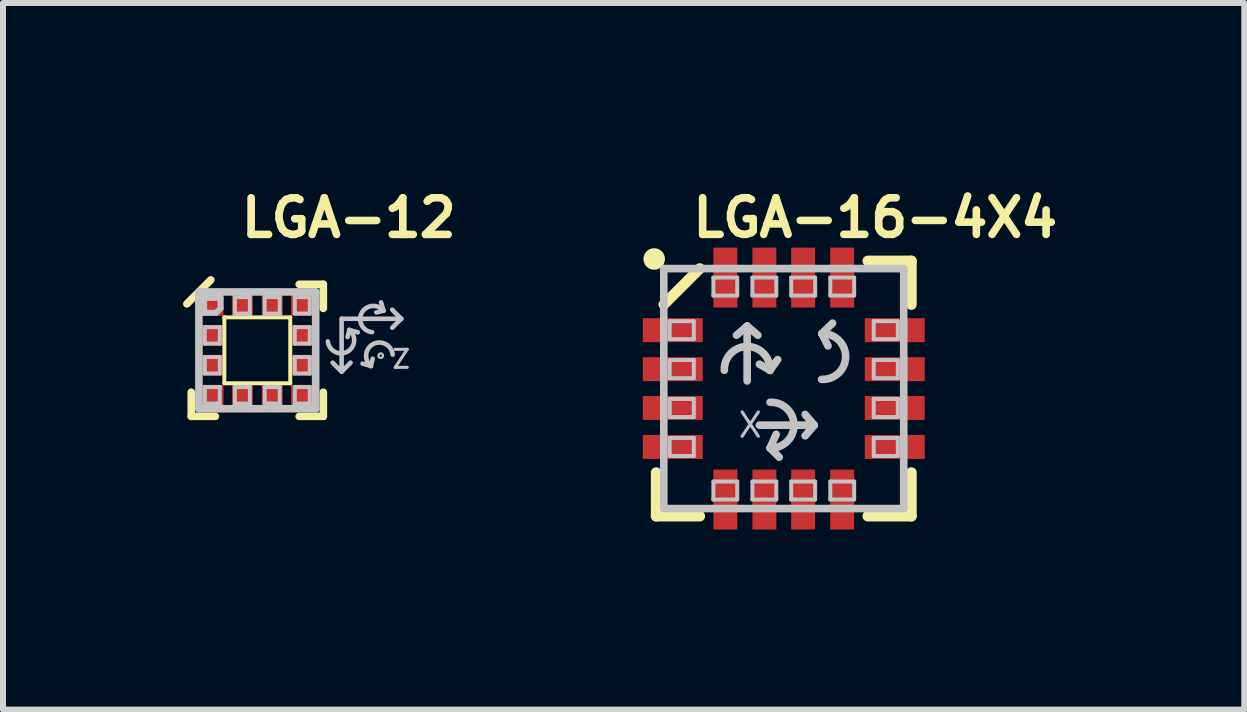
<source format=kicad_pcb>
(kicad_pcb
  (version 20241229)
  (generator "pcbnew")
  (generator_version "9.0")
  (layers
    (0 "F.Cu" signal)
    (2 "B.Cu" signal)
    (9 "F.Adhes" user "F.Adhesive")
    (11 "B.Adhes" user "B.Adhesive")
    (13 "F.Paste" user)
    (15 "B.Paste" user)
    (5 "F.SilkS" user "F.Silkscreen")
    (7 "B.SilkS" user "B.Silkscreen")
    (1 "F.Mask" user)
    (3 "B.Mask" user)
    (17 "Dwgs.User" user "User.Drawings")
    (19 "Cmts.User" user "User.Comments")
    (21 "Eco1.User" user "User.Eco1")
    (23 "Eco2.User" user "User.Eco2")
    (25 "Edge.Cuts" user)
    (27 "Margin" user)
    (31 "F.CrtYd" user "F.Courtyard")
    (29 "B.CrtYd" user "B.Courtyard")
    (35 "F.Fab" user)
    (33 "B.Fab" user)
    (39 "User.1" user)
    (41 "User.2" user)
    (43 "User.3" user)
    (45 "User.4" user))
  (footprint "LGA-12"
    (layer "F.Cu")
    (at 1.237 2.787)
    (property "Reference" "LGA-12" (at 1.524 -2.207 0) (layer "F.SilkS") (effects (font (size 0.61 0.61) (thickness 0.127))))
    (attr smd)
    (fp_line (start -1.173 -0.775) (end -0.775 -1.173) (stroke (width 0.127) (type solid)) (layer "F.SilkS"))
    (fp_line (start -1.1 1.1) (end -1.1 0.699) (stroke (width 0.127) (type solid)) (layer "F.SilkS"))
    (fp_line (start -1.1 1.1) (end -0.699 1.1) (stroke (width 0.127) (type solid)) (layer "F.SilkS"))
    (fp_line (start -0.549 -0.549) (end 0.549 -0.549) (stroke (width 0.066) (type solid)) (layer "F.SilkS"))
    (fp_line (start -0.549 0.549) (end -0.549 -0.549) (stroke (width 0.066) (type solid)) (layer "F.SilkS"))
    (fp_line (start -0.549 0.549) (end 0.549 0.549) (stroke (width 0.066) (type solid)) (layer "F.SilkS"))
    (fp_line (start 0.549 0.549) (end 0.549 -0.549) (stroke (width 0.066) (type solid)) (layer "F.SilkS"))
    (fp_line (start 1.1 -1.1) (end 0.699 -1.1) (stroke (width 0.127) (type solid)) (layer "F.SilkS"))
    (fp_line (start 1.1 -1.1) (end 1.1 -0.699) (stroke (width 0.127) (type solid)) (layer "F.SilkS"))
    (fp_line (start 1.1 1.1) (end 0.699 1.1) (stroke (width 0.127) (type solid)) (layer "F.SilkS"))
    (fp_line (start 1.1 1.1) (end 1.1 0.699) (stroke (width 0.127) (type solid)) (layer "F.SilkS"))
    (fp_line (start -0.973 -0.973) (end 0.973 -0.973) (stroke (width 0.127) (type solid)) (layer "Dwgs.User"))
    (fp_line (start -0.973 0.973) (end -0.973 -0.973) (stroke (width 0.127) (type solid)) (layer "Dwgs.User"))
    (fp_line (start -0.886 -0.874) (end -0.612 -0.874) (stroke (width 0.1) (type solid)) (layer "Dwgs.User"))
    (fp_line (start -0.886 -0.625) (end -0.886 -0.874) (stroke (width 0.1) (type solid)) (layer "Dwgs.User"))
    (fp_line (start -0.874 -0.386) (end -0.625 -0.386) (stroke (width 0.066) (type solid)) (layer "Dwgs.User"))
    (fp_line (start -0.874 -0.112) (end -0.874 -0.386) (stroke (width 0.066) (type solid)) (layer "Dwgs.User"))
    (fp_line (start -0.874 -0.112) (end -0.625 -0.112) (stroke (width 0.066) (type solid)) (layer "Dwgs.User"))
    (fp_line (start -0.874 0.112) (end -0.625 0.112) (stroke (width 0.066) (type solid)) (layer "Dwgs.User"))
    (fp_line (start -0.874 0.386) (end -0.874 0.112) (stroke (width 0.066) (type solid)) (layer "Dwgs.User"))
    (fp_line (start -0.874 0.386) (end -0.625 0.386) (stroke (width 0.066) (type solid)) (layer "Dwgs.User"))
    (fp_line (start -0.874 0.612) (end -0.625 0.612) (stroke (width 0.066) (type solid)) (layer "Dwgs.User"))
    (fp_line (start -0.874 0.886) (end -0.874 0.612) (stroke (width 0.066) (type solid)) (layer "Dwgs.User"))
    (fp_line (start -0.874 0.886) (end -0.625 0.886) (stroke (width 0.066) (type solid)) (layer "Dwgs.User"))
    (fp_line (start -0.686 -0.625) (end -0.886 -0.625) (stroke (width 0.1) (type solid)) (layer "Dwgs.User"))
    (fp_line (start -0.625 -0.112) (end -0.625 -0.386) (stroke (width 0.066) (type solid)) (layer "Dwgs.User"))
    (fp_line (start -0.625 0.386) (end -0.625 0.112) (stroke (width 0.066) (type solid)) (layer "Dwgs.User"))
    (fp_line (start -0.625 0.886) (end -0.625 0.612) (stroke (width 0.066) (type solid)) (layer "Dwgs.User"))
    (fp_line (start -0.612 -0.874) (end -0.612 -0.699) (stroke (width 0.1) (type solid)) (layer "Dwgs.User"))
    (fp_line (start -0.612 -0.699) (end -0.686 -0.625) (stroke (width 0.1) (type solid)) (layer "Dwgs.User"))
    (fp_line (start -0.373 -0.886) (end -0.124 -0.886) (stroke (width 0.066) (type solid)) (layer "Dwgs.User"))
    (fp_line (start -0.373 -0.612) (end -0.373 -0.886) (stroke (width 0.066) (type solid)) (layer "Dwgs.User"))
    (fp_line (start -0.373 -0.612) (end -0.124 -0.612) (stroke (width 0.066) (type solid)) (layer "Dwgs.User"))
    (fp_line (start -0.373 0.612) (end -0.124 0.612) (stroke (width 0.066) (type solid)) (layer "Dwgs.User"))
    (fp_line (start -0.373 0.886) (end -0.373 0.612) (stroke (width 0.066) (type solid)) (layer "Dwgs.User"))
    (fp_line (start -0.373 0.886) (end -0.124 0.886) (stroke (width 0.066) (type solid)) (layer "Dwgs.User"))
    (fp_line (start -0.124 -0.612) (end -0.124 -0.886) (stroke (width 0.066) (type solid)) (layer "Dwgs.User"))
    (fp_line (start -0.124 0.886) (end -0.124 0.612) (stroke (width 0.066) (type solid)) (layer "Dwgs.User"))
    (fp_line (start 0.124 -0.886) (end 0.373 -0.886) (stroke (width 0.066) (type solid)) (layer "Dwgs.User"))
    (fp_line (start 0.124 -0.612) (end 0.124 -0.886) (stroke (width 0.066) (type solid)) (layer "Dwgs.User"))
    (fp_line (start 0.124 -0.612) (end 0.373 -0.612) (stroke (width 0.066) (type solid)) (layer "Dwgs.User"))
    (fp_line (start 0.124 0.612) (end 0.373 0.612) (stroke (width 0.066) (type solid)) (layer "Dwgs.User"))
    (fp_line (start 0.124 0.886) (end 0.124 0.612) (stroke (width 0.066) (type solid)) (layer "Dwgs.User"))
    (fp_line (start 0.124 0.886) (end 0.373 0.886) (stroke (width 0.066) (type solid)) (layer "Dwgs.User"))
    (fp_line (start 0.373 -0.612) (end 0.373 -0.886) (stroke (width 0.066) (type solid)) (layer "Dwgs.User"))
    (fp_line (start 0.373 0.886) (end 0.373 0.612) (stroke (width 0.066) (type solid)) (layer "Dwgs.User"))
    (fp_line (start 0.625 -0.886) (end 0.874 -0.886) (stroke (width 0.066) (type solid)) (layer "Dwgs.User"))
    (fp_line (start 0.625 -0.612) (end 0.625 -0.886) (stroke (width 0.066) (type solid)) (layer "Dwgs.User"))
    (fp_line (start 0.625 -0.612) (end 0.874 -0.612) (stroke (width 0.066) (type solid)) (layer "Dwgs.User"))
    (fp_line (start 0.625 -0.386) (end 0.874 -0.386) (stroke (width 0.066) (type solid)) (layer "Dwgs.User"))
    (fp_line (start 0.625 -0.112) (end 0.625 -0.386) (stroke (width 0.066) (type solid)) (layer "Dwgs.User"))
    (fp_line (start 0.625 -0.112) (end 0.874 -0.112) (stroke (width 0.066) (type solid)) (layer "Dwgs.User"))
    (fp_line (start 0.625 0.112) (end 0.874 0.112) (stroke (width 0.066) (type solid)) (layer "Dwgs.User"))
    (fp_line (start 0.625 0.386) (end 0.625 0.112) (stroke (width 0.066) (type solid)) (layer "Dwgs.User"))
    (fp_line (start 0.625 0.386) (end 0.874 0.386) (stroke (width 0.066) (type solid)) (layer "Dwgs.User"))
    (fp_line (start 0.625 0.612) (end 0.874 0.612) (stroke (width 0.066) (type solid)) (layer "Dwgs.User"))
    (fp_line (start 0.625 0.886) (end 0.625 0.612) (stroke (width 0.066) (type solid)) (layer "Dwgs.User"))
    (fp_line (start 0.625 0.886) (end 0.874 0.886) (stroke (width 0.066) (type solid)) (layer "Dwgs.User"))
    (fp_line (start 0.874 -0.612) (end 0.874 -0.886) (stroke (width 0.066) (type solid)) (layer "Dwgs.User"))
    (fp_line (start 0.874 -0.112) (end 0.874 -0.386) (stroke (width 0.066) (type solid)) (layer "Dwgs.User"))
    (fp_line (start 0.874 0.386) (end 0.874 0.112) (stroke (width 0.066) (type solid)) (layer "Dwgs.User"))
    (fp_line (start 0.874 0.886) (end 0.874 0.612) (stroke (width 0.066) (type solid)) (layer "Dwgs.User"))
    (fp_line (start 0.973 -0.973) (end 0.973 0.973) (stroke (width 0.127) (type solid)) (layer "Dwgs.User"))
    (fp_line (start 0.973 0.973) (end -0.973 0.973) (stroke (width 0.127) (type solid)) (layer "Dwgs.User"))
    (fp_line (start 1.405 0.353) (end 1.405 -0.526) (stroke (width 0.076) (type solid)) (layer "Dwgs.User"))
    (fp_line (start 1.405 0.356) (end 1.255 0.206) (stroke (width 0.076) (type solid)) (layer "Dwgs.User"))
    (fp_line (start 1.405 0.356) (end 1.554 0.206) (stroke (width 0.076) (type solid)) (layer "Dwgs.User"))
    (fp_line (start 1.534 -0.34) (end 1.504 -0.221) (stroke (width 0.076) (type solid)) (layer "Dwgs.User"))
    (fp_line (start 1.534 -0.34) (end 1.674 -0.3) (stroke (width 0.076) (type solid)) (layer "Dwgs.User"))
    (fp_line (start 1.892 0.262) (end 1.753 0.221) (stroke (width 0.076) (type solid)) (layer "Dwgs.User"))
    (fp_line (start 1.892 0.262) (end 1.923 0.14) (stroke (width 0.076) (type solid)) (layer "Dwgs.User"))
    (fp_line (start 2.103 -0.66) (end 1.984 -0.632) (stroke (width 0.076) (type solid)) (layer "Dwgs.User"))
    (fp_line (start 2.103 -0.66) (end 2.062 -0.8) (stroke (width 0.076) (type solid)) (layer "Dwgs.User"))
    (fp_line (start 2.398 -0.526) (end 1.405 -0.526) (stroke (width 0.076) (type solid)) (layer "Dwgs.User"))
    (fp_line (start 2.398 -0.526) (end 2.248 -0.676) (stroke (width 0.076) (type solid)) (layer "Dwgs.User"))
    (fp_line (start 2.398 -0.526) (end 2.248 -0.376) (stroke (width 0.076) (type solid)) (layer "Dwgs.User"))
    (fp_arc (start 1.53416 -0.34036) (mid 1.498225 0.024011) (end 1.175342 -0.148627) (stroke (width 0.0762) (type solid)) (layer "Dwgs.User"))
    (fp_arc (start 1.8923 0.26162) (mid 1.931747 -0.105098) (end 2.255454 0.071683) (stroke (width 0.0762) (type solid)) (layer "Dwgs.User"))
    (fp_arc (start 1.91262 -0.30226) (mid 1.738904 -0.623067) (end 2.101769 -0.660792) (stroke (width 0.0762) (type solid)) (layer "Dwgs.User"))
    (fp_circle (center 2.057 0.089) (end 2.07 0.102) (stroke (width 0.038) (type solid)) (fill no) (layer "Dwgs.User"))
    (fp_text user "Z" (at 2.398 0.147 0) (layer "Dwgs.User") (effects (font (size 0.3 0.3) (thickness 0.051))))
    (pad "1" smd rect (at -0.749 -0.749 90) (size 0.348 0.373) (layers "F.Cu" "F.Mask" "F.Paste"))
    (pad "2" smd rect (at -0.749 -0.249 90) (size 0.348 0.373) (layers "F.Cu" "F.Mask" "F.Paste"))
    (pad "3" smd rect (at -0.749 0.249 90) (size 0.348 0.373) (layers "F.Cu" "F.Mask" "F.Paste"))
    (pad "4" smd rect (at -0.749 0.749 90) (size 0.348 0.373) (layers "F.Cu" "F.Mask" "F.Paste"))
    (pad "5" smd rect (at -0.249 0.749 180) (size 0.348 0.373) (layers "F.Cu" "F.Mask" "F.Paste"))
    (pad "6" smd rect (at 0.249 0.749 180) (size 0.348 0.373) (layers "F.Cu" "F.Mask" "F.Paste"))
    (pad "7" smd rect (at 0.749 0.749 270) (size 0.348 0.373) (layers "F.Cu" "F.Mask" "F.Paste"))
    (pad "8" smd rect (at 0.749 0.249 270) (size 0.348 0.373) (layers "F.Cu" "F.Mask" "F.Paste"))
    (pad "9" smd rect (at 0.749 -0.249 270) (size 0.348 0.373) (layers "F.Cu" "F.Mask" "F.Paste"))
    (pad "10" smd rect (at 0.749 -0.749 270) (size 0.348 0.373) (layers "F.Cu" "F.Mask" "F.Paste"))
    (pad "11" smd rect (at 0.249 -0.749) (size 0.348 0.373) (layers "F.Cu" "F.Mask" "F.Paste"))
    (pad "12" smd rect (at -0.249 -0.749) (size 0.348 0.373) (layers "F.Cu" "F.Mask" "F.Paste")))
  (footprint "LGA-16-4X4"
    (layer "F.Cu")
    (at 10.009 3.424)
    (property "Reference" "LGA-16-4X4" (at 1.524 -2.845 0) (layer "F.SilkS") (effects (font (size 0.61 0.61) (thickness 0.127))))
    (attr smd)
    (fp_line (start -2.126 2.126) (end -2.126 1.4) (stroke (width 0.178) (type solid)) (layer "F.SilkS"))
    (fp_line (start -2.126 2.126) (end -1.4 2.126) (stroke (width 0.178) (type solid)) (layer "F.SilkS"))
    (fp_line (start -1.999 -1.4) (end -1.4 -1.999) (stroke (width 0.178) (type solid)) (layer "F.SilkS"))
    (fp_line (start 2.126 -2.126) (end 1.4 -2.126) (stroke (width 0.178) (type solid)) (layer "F.SilkS"))
    (fp_line (start 2.126 -2.126) (end 2.126 -1.4) (stroke (width 0.178) (type solid)) (layer "F.SilkS"))
    (fp_line (start 2.126 2.126) (end 1.4 2.126) (stroke (width 0.178) (type solid)) (layer "F.SilkS"))
    (fp_line (start 2.126 2.126) (end 2.126 1.4) (stroke (width 0.178) (type solid)) (layer "F.SilkS"))
    (fp_circle (center -2.159 -2.159) (end -2.286 -2.286) (stroke (width 0) (type solid)) (fill yes) (layer "F.SilkS"))
    (fp_line (start -1.999 -1.999) (end 1.999 -1.999) (stroke (width 0.127) (type solid)) (layer "Dwgs.User"))
    (fp_line (start -1.999 1.999) (end -1.999 -1.999) (stroke (width 0.127) (type solid)) (layer "Dwgs.User"))
    (fp_line (start -1.9 -1.123) (end -1.499 -1.123) (stroke (width 0.066) (type solid)) (layer "Dwgs.User"))
    (fp_line (start -1.9 -0.823) (end -1.9 -1.123) (stroke (width 0.066) (type solid)) (layer "Dwgs.User"))
    (fp_line (start -1.9 -0.823) (end -1.499 -0.823) (stroke (width 0.066) (type solid)) (layer "Dwgs.User"))
    (fp_line (start -1.9 -0.475) (end -1.499 -0.475) (stroke (width 0.066) (type solid)) (layer "Dwgs.User"))
    (fp_line (start -1.9 -0.173) (end -1.9 -0.475) (stroke (width 0.066) (type solid)) (layer "Dwgs.User"))
    (fp_line (start -1.9 -0.173) (end -1.499 -0.173) (stroke (width 0.066) (type solid)) (layer "Dwgs.User"))
    (fp_line (start -1.9 0.173) (end -1.499 0.173) (stroke (width 0.066) (type solid)) (layer "Dwgs.User"))
    (fp_line (start -1.9 0.475) (end -1.9 0.173) (stroke (width 0.066) (type solid)) (layer "Dwgs.User"))
    (fp_line (start -1.9 0.475) (end -1.499 0.475) (stroke (width 0.066) (type solid)) (layer "Dwgs.User"))
    (fp_line (start -1.9 0.823) (end -1.499 0.823) (stroke (width 0.066) (type solid)) (layer "Dwgs.User"))
    (fp_line (start -1.9 1.123) (end -1.9 0.823) (stroke (width 0.066) (type solid)) (layer "Dwgs.User"))
    (fp_line (start -1.9 1.123) (end -1.499 1.123) (stroke (width 0.066) (type solid)) (layer "Dwgs.User"))
    (fp_line (start -1.499 -0.823) (end -1.499 -1.123) (stroke (width 0.066) (type solid)) (layer "Dwgs.User"))
    (fp_line (start -1.499 -0.173) (end -1.499 -0.475) (stroke (width 0.066) (type solid)) (layer "Dwgs.User"))
    (fp_line (start -1.499 0.475) (end -1.499 0.173) (stroke (width 0.066) (type solid)) (layer "Dwgs.User"))
    (fp_line (start -1.499 1.123) (end -1.499 0.823) (stroke (width 0.066) (type solid)) (layer "Dwgs.User"))
    (fp_line (start -1.173 -1.849) (end -0.775 -1.849) (stroke (width 0.066) (type solid)) (layer "Dwgs.User"))
    (fp_line (start -1.173 -1.549) (end -1.173 -1.849) (stroke (width 0.066) (type solid)) (layer "Dwgs.User"))
    (fp_line (start -1.173 -1.549) (end -0.775 -1.549) (stroke (width 0.066) (type solid)) (layer "Dwgs.User"))
    (fp_line (start -1.173 1.549) (end -0.775 1.549) (stroke (width 0.066) (type solid)) (layer "Dwgs.User"))
    (fp_line (start -1.173 1.849) (end -1.173 1.549) (stroke (width 0.066) (type solid)) (layer "Dwgs.User"))
    (fp_line (start -1.173 1.849) (end -0.775 1.849) (stroke (width 0.066) (type solid)) (layer "Dwgs.User"))
    (fp_line (start -0.775 -1.549) (end -0.775 -1.849) (stroke (width 0.066) (type solid)) (layer "Dwgs.User"))
    (fp_line (start -0.775 1.849) (end -0.775 1.549) (stroke (width 0.066) (type solid)) (layer "Dwgs.User"))
    (fp_line (start -0.61 -1.041) (end -0.787 -0.889) (stroke (width 0.127) (type solid)) (layer "Dwgs.User"))
    (fp_line (start -0.61 -1.041) (end -0.61 -0.127) (stroke (width 0.127) (type solid)) (layer "Dwgs.User"))
    (fp_line (start -0.61 -1.041) (end -0.432 -0.889) (stroke (width 0.127) (type solid)) (layer "Dwgs.User"))
    (fp_line (start -0.523 -1.849) (end -0.124 -1.849) (stroke (width 0.066) (type solid)) (layer "Dwgs.User"))
    (fp_line (start -0.523 -1.549) (end -0.523 -1.849) (stroke (width 0.066) (type solid)) (layer "Dwgs.User"))
    (fp_line (start -0.523 -1.549) (end -0.124 -1.549) (stroke (width 0.066) (type solid)) (layer "Dwgs.User"))
    (fp_line (start -0.523 1.549) (end -0.124 1.549) (stroke (width 0.066) (type solid)) (layer "Dwgs.User"))
    (fp_line (start -0.523 1.849) (end -0.523 1.549) (stroke (width 0.066) (type solid)) (layer "Dwgs.User"))
    (fp_line (start -0.523 1.849) (end -0.124 1.849) (stroke (width 0.066) (type solid)) (layer "Dwgs.User"))
    (fp_line (start -0.229 -0.305) (end -0.406 -0.406) (stroke (width 0.127) (type solid)) (layer "Dwgs.User"))
    (fp_line (start -0.229 -0.305) (end -0.102 -0.483) (stroke (width 0.127) (type solid)) (layer "Dwgs.User"))
    (fp_line (start -0.229 0.991) (end -0.127 0.762) (stroke (width 0.127) (type solid)) (layer "Dwgs.User"))
    (fp_line (start -0.229 0.991) (end -0.076 1.143) (stroke (width 0.127) (type solid)) (layer "Dwgs.User"))
    (fp_line (start -0.124 -1.549) (end -0.124 -1.849) (stroke (width 0.066) (type solid)) (layer "Dwgs.User"))
    (fp_line (start -0.124 1.849) (end -0.124 1.549) (stroke (width 0.066) (type solid)) (layer "Dwgs.User"))
    (fp_line (start 0.124 -1.849) (end 0.523 -1.849) (stroke (width 0.066) (type solid)) (layer "Dwgs.User"))
    (fp_line (start 0.124 -1.549) (end 0.124 -1.849) (stroke (width 0.066) (type solid)) (layer "Dwgs.User"))
    (fp_line (start 0.124 -1.549) (end 0.523 -1.549) (stroke (width 0.066) (type solid)) (layer "Dwgs.User"))
    (fp_line (start 0.124 1.549) (end 0.523 1.549) (stroke (width 0.066) (type solid)) (layer "Dwgs.User"))
    (fp_line (start 0.124 1.849) (end 0.124 1.549) (stroke (width 0.066) (type solid)) (layer "Dwgs.User"))
    (fp_line (start 0.124 1.849) (end 0.523 1.849) (stroke (width 0.066) (type solid)) (layer "Dwgs.User"))
    (fp_line (start 0.508 0.61) (end -0.406 0.61) (stroke (width 0.127) (type solid)) (layer "Dwgs.User"))
    (fp_line (start 0.508 0.61) (end 0.356 0.432) (stroke (width 0.127) (type solid)) (layer "Dwgs.User"))
    (fp_line (start 0.508 0.61) (end 0.356 0.787) (stroke (width 0.127) (type solid)) (layer "Dwgs.User"))
    (fp_line (start 0.523 -1.549) (end 0.523 -1.849) (stroke (width 0.066) (type solid)) (layer "Dwgs.User"))
    (fp_line (start 0.523 1.849) (end 0.523 1.549) (stroke (width 0.066) (type solid)) (layer "Dwgs.User"))
    (fp_line (start 0.635 -0.914) (end 0.737 -0.711) (stroke (width 0.127) (type solid)) (layer "Dwgs.User"))
    (fp_line (start 0.635 -0.914) (end 0.813 -1.09) (stroke (width 0.127) (type solid)) (layer "Dwgs.User"))
    (fp_line (start 0.775 -1.849) (end 1.173 -1.849) (stroke (width 0.066) (type solid)) (layer "Dwgs.User"))
    (fp_line (start 0.775 -1.549) (end 0.775 -1.849) (stroke (width 0.066) (type solid)) (layer "Dwgs.User"))
    (fp_line (start 0.775 -1.549) (end 1.173 -1.549) (stroke (width 0.066) (type solid)) (layer "Dwgs.User"))
    (fp_line (start 0.775 1.549) (end 1.173 1.549) (stroke (width 0.066) (type solid)) (layer "Dwgs.User"))
    (fp_line (start 0.775 1.849) (end 0.775 1.549) (stroke (width 0.066) (type solid)) (layer "Dwgs.User"))
    (fp_line (start 0.775 1.849) (end 1.173 1.849) (stroke (width 0.066) (type solid)) (layer "Dwgs.User"))
    (fp_line (start 1.173 -1.549) (end 1.173 -1.849) (stroke (width 0.066) (type solid)) (layer "Dwgs.User"))
    (fp_line (start 1.173 1.849) (end 1.173 1.549) (stroke (width 0.066) (type solid)) (layer "Dwgs.User"))
    (fp_line (start 1.499 -1.123) (end 1.9 -1.123) (stroke (width 0.066) (type solid)) (layer "Dwgs.User"))
    (fp_line (start 1.499 -0.823) (end 1.499 -1.123) (stroke (width 0.066) (type solid)) (layer "Dwgs.User"))
    (fp_line (start 1.499 -0.823) (end 1.9 -0.823) (stroke (width 0.066) (type solid)) (layer "Dwgs.User"))
    (fp_line (start 1.499 -0.475) (end 1.9 -0.475) (stroke (width 0.066) (type solid)) (layer "Dwgs.User"))
    (fp_line (start 1.499 -0.173) (end 1.499 -0.475) (stroke (width 0.066) (type solid)) (layer "Dwgs.User"))
    (fp_line (start 1.499 -0.173) (end 1.9 -0.173) (stroke (width 0.066) (type solid)) (layer "Dwgs.User"))
    (fp_line (start 1.499 0.173) (end 1.9 0.173) (stroke (width 0.066) (type solid)) (layer "Dwgs.User"))
    (fp_line (start 1.499 0.475) (end 1.499 0.173) (stroke (width 0.066) (type solid)) (layer "Dwgs.User"))
    (fp_line (start 1.499 0.475) (end 1.9 0.475) (stroke (width 0.066) (type solid)) (layer "Dwgs.User"))
    (fp_line (start 1.499 0.823) (end 1.9 0.823) (stroke (width 0.066) (type solid)) (layer "Dwgs.User"))
    (fp_line (start 1.499 1.123) (end 1.499 0.823) (stroke (width 0.066) (type solid)) (layer "Dwgs.User"))
    (fp_line (start 1.499 1.123) (end 1.9 1.123) (stroke (width 0.066) (type solid)) (layer "Dwgs.User"))
    (fp_line (start 1.9 -0.823) (end 1.9 -1.123) (stroke (width 0.066) (type solid)) (layer "Dwgs.User"))
    (fp_line (start 1.9 -0.173) (end 1.9 -0.475) (stroke (width 0.066) (type solid)) (layer "Dwgs.User"))
    (fp_line (start 1.9 0.475) (end 1.9 0.173) (stroke (width 0.066) (type solid)) (layer "Dwgs.User"))
    (fp_line (start 1.9 1.123) (end 1.9 0.823) (stroke (width 0.066) (type solid)) (layer "Dwgs.User"))
    (fp_line (start 1.999 -1.999) (end 1.999 1.999) (stroke (width 0.127) (type solid)) (layer "Dwgs.User"))
    (fp_line (start 1.999 1.999) (end -1.999 1.999) (stroke (width 0.127) (type solid)) (layer "Dwgs.User"))
    (fp_arc (start -0.9906 -0.3048) (mid -0.607208 -0.701337) (end -0.228821 -0.300022) (stroke (width 0.127) (type solid)) (layer "Dwgs.User"))
    (fp_arc (start -0.2286 0.2286) (mid 0.170595 0.609454) (end -0.228309 0.990613) (stroke (width 0.127) (type solid)) (layer "Dwgs.User"))
    (fp_arc (start 0.635 -0.9144) (mid 1.031537 -0.531008) (end 0.630222 -0.152621) (stroke (width 0.127) (type solid)) (layer "Dwgs.User"))
    (fp_text user "X" (at -0.559 0.61 0) (layer "Dwgs.User") (effects (font (size 0.406 0.406) (thickness 0.051))))
    (pad "1" smd rect (at -1.849 -0.973 180) (size 0.998 0.399) (layers "F.Cu" "F.Mask" "F.Paste"))
    (pad "2" smd rect (at -1.849 -0.323 180) (size 0.998 0.399) (layers "F.Cu" "F.Mask" "F.Paste"))
    (pad "3" smd rect (at -1.849 0.323 180) (size 0.998 0.399) (layers "F.Cu" "F.Mask" "F.Paste"))
    (pad "4" smd rect (at -1.849 0.973 180) (size 0.998 0.399) (layers "F.Cu" "F.Mask" "F.Paste"))
    (pad "5" smd rect (at -0.973 1.849 270) (size 0.998 0.399) (layers "F.Cu" "F.Mask" "F.Paste"))
    (pad "6" smd rect (at -0.323 1.849 270) (size 0.998 0.399) (layers "F.Cu" "F.Mask" "F.Paste"))
    (pad "7" smd rect (at 0.323 1.849 270) (size 0.998 0.399) (layers "F.Cu" "F.Mask" "F.Paste"))
    (pad "8" smd rect (at 0.973 1.849 270) (size 0.998 0.399) (layers "F.Cu" "F.Mask" "F.Paste"))
    (pad "9" smd rect (at 1.849 0.973) (size 0.998 0.399) (layers "F.Cu" "F.Mask" "F.Paste"))
    (pad "10" smd rect (at 1.849 0.323) (size 0.998 0.399) (layers "F.Cu" "F.Mask" "F.Paste"))
    (pad "11" smd rect (at 1.849 -0.323) (size 0.998 0.399) (layers "F.Cu" "F.Mask" "F.Paste"))
    (pad "12" smd rect (at 1.849 -0.973) (size 0.998 0.399) (layers "F.Cu" "F.Mask" "F.Paste"))
    (pad "13" smd rect (at 0.973 -1.849 90) (size 0.998 0.399) (layers "F.Cu" "F.Mask" "F.Paste"))
    (pad "14" smd rect (at 0.323 -1.849 90) (size 0.998 0.399) (layers "F.Cu" "F.Mask" "F.Paste"))
    (pad "15" smd rect (at -0.323 -1.849 90) (size 0.998 0.399) (layers "F.Cu" "F.Mask" "F.Paste"))
    (pad "16" smd rect (at -0.973 -1.849 90) (size 0.998 0.399) (layers "F.Cu" "F.Mask" "F.Paste")))
  (gr_rect
    (start -3 -3)
    (end 17.682 8.773)
    (stroke (width 0.1) (type default))
    (fill no)
    (layer "Edge.Cuts")))
</source>
